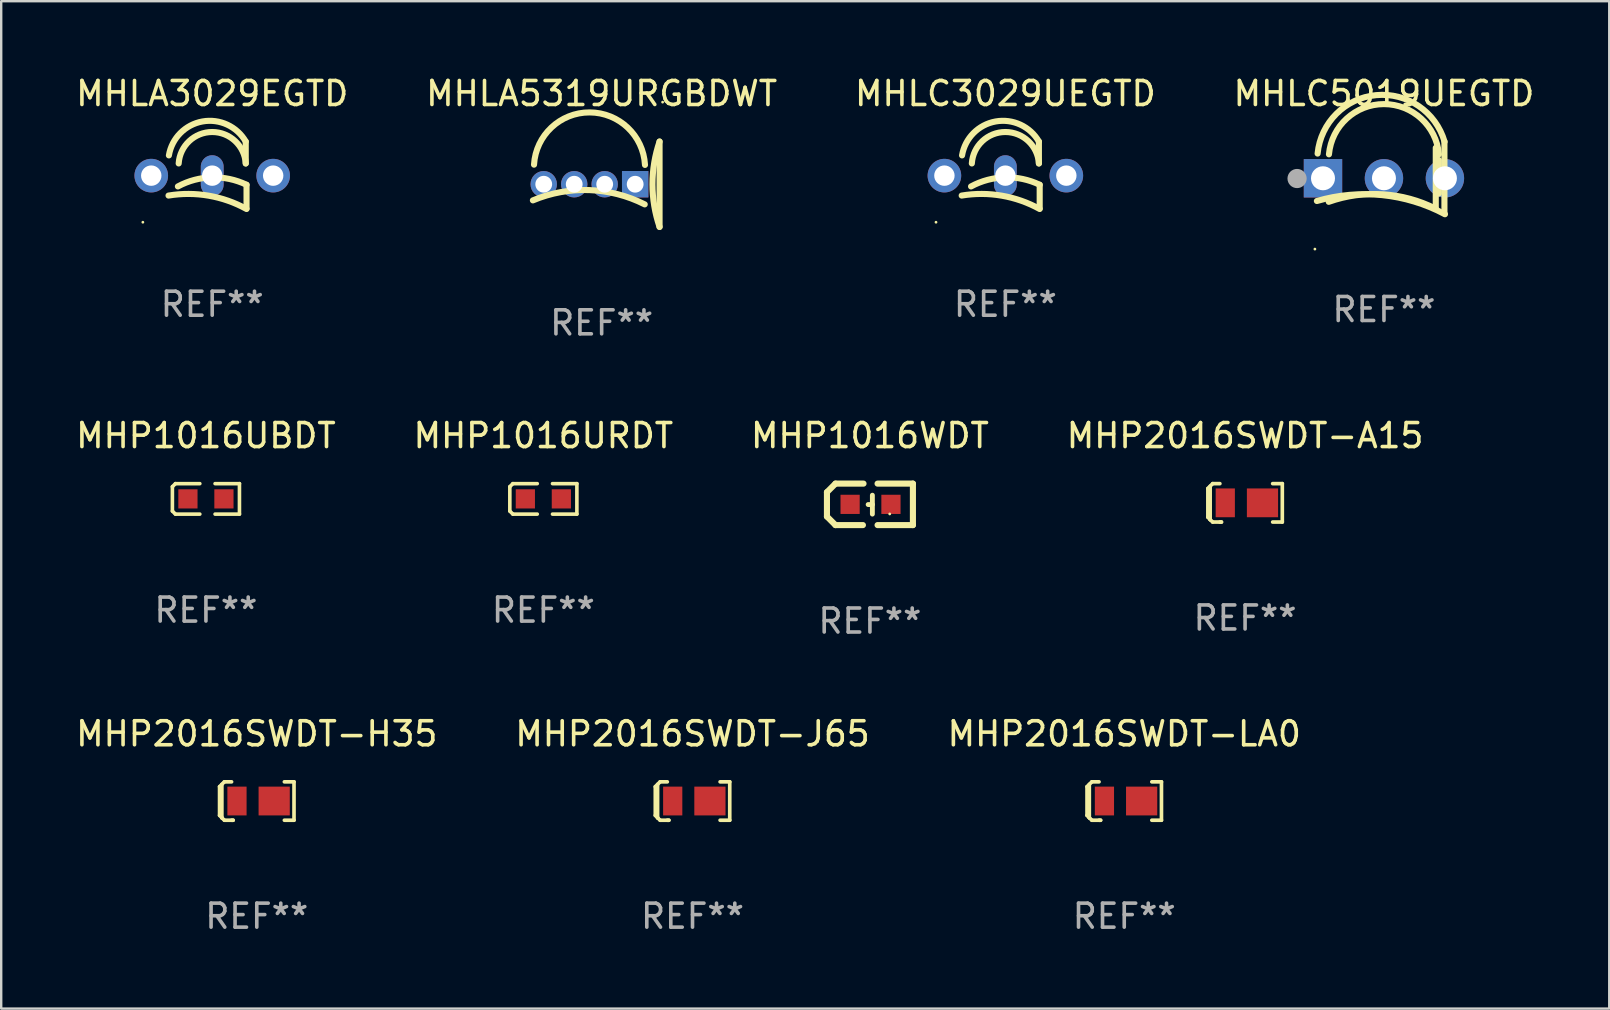
<source format=kicad_pcb>
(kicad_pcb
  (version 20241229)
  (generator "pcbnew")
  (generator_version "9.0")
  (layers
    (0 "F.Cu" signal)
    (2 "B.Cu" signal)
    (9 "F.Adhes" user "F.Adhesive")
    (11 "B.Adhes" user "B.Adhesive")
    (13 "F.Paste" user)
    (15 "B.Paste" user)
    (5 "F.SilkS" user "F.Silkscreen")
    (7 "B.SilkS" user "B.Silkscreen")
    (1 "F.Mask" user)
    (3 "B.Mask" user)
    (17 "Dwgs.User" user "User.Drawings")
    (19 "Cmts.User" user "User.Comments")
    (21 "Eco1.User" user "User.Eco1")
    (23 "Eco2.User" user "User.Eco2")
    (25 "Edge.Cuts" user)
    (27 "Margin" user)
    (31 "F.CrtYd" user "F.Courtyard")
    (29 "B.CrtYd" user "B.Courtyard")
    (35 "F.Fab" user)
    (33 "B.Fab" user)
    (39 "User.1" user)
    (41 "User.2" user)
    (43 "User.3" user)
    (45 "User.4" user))
  (footprint "MHP1016WDT"
    (layer "F.Cu")
    (at 33.196 17.964)
    (property "Reference" "MHP1016WDT" (at 0 -2.864 0) (layer "F.SilkS") (effects (font (size 1 1) (thickness 0.15))))
    (attr through_hole)
    (fp_line (start -1.791 -0.508) (end -1.435 -0.864) (stroke (width 0.254) (type solid)) (layer "F.SilkS"))
    (fp_line (start -1.791 0.508) (end -1.791 -0.508) (stroke (width 0.254) (type solid)) (layer "F.SilkS"))
    (fp_line (start -1.435 0.864) (end -1.791 0.508) (stroke (width 0.254) (type solid)) (layer "F.SilkS"))
    (fp_line (start -0.292 0.864) (end -1.435 0.864) (stroke (width 0.254) (type solid)) (layer "F.SilkS"))
    (fp_line (start -0.267 -0.864) (end -1.435 -0.864) (stroke (width 0.254) (type solid)) (layer "F.SilkS"))
    (fp_line (start 0.102 0.008) (end -0.074 0.008) (stroke (width 0.203) (type solid)) (layer "F.SilkS"))
    (fp_line (start 0.102 0.406) (end 0.102 -0.381) (stroke (width 0.203) (type solid)) (layer "F.SilkS"))
    (fp_line (start 1.791 -0.864) (end 0.318 -0.864) (stroke (width 0.254) (type solid)) (layer "F.SilkS"))
    (fp_line (start 1.791 0.864) (end 0.318 0.864) (stroke (width 0.254) (type solid)) (layer "F.SilkS"))
    (fp_line (start 1.791 0.864) (end 1.791 -0.864) (stroke (width 0.254) (type solid)) (layer "F.SilkS"))
    (fp_circle (center 0.825 0.4) (end 0.855 0.4) (stroke (width 0.06) (type solid)) (fill no) (layer "F.SilkS"))
    (fp_text user "REF**" (at 0 4.864 0) (layer "F.Fab") (effects (font (size 1 1) (thickness 0.15))))
    (pad "1" smd rect (at 0.876 0 90) (size 0.8 0.8) (layers "F.Cu" "F.Mask" "F.Paste"))
    (pad "2" smd rect (at -0.826 0 90) (size 0.8 0.8) (layers "F.Cu" "F.Mask" "F.Paste")))
  (footprint "MHLA3029EGTD"
    (layer "F.Cu")
    (at 5.792 4.238)
    (property "Reference" "MHLA3029EGTD" (at 0 -3.39 0) (layer "F.SilkS") (effects (font (size 1 1) (thickness 0.15))))
    (attr through_hole)
    (fp_line (start 1.397 -0.478) (end 1.397 -1.39) (stroke (width 0.254) (type solid)) (layer "F.SilkS"))
    (fp_line (start 1.43 0.41) (end 1.43 1.39) (stroke (width 0.254) (type solid)) (layer "F.SilkS"))
    (fp_arc (start -1.81999 0.859995) (mid -0.147702 0.865515) (end 1.429997 1.41999) (stroke (width 0.254001) (type solid)) (layer "F.SilkS"))
    (fp_arc (start -1.804597 -0.813437) (mid -0.406468 -2.227145) (end 1.397003 -1.389992) (stroke (width 0.254001) (type solid)) (layer "F.SilkS"))
    (fp_arc (start -1.429997 0.48001) (mid -0.008386 0.102367) (end 1.429998 0.410007) (stroke (width 0.254001) (type solid)) (layer "F.SilkS"))
    (fp_arc (start -1.397003 -0.478003) (mid 0 -1.788385) (end 1.397003 -0.478004) (stroke (width 0.254001) (type solid)) (layer "F.SilkS"))
    (fp_circle (center -2.89 1.971) (end -2.86 1.971) (stroke (width 0.06) (type solid)) (fill no) (layer "F.SilkS"))
    (fp_text user "REF**" (at 0 5.39 0) (layer "F.Fab") (effects (font (size 1 1) (thickness 0.15))))
    (pad "1" thru_hole circle (at -2.54 0.03) (size 1.4 1.4) (drill 0.85) (layers "*.Cu" "*.Mask"))
    (pad "2" thru_hole oval (at 0 0.03) (size 0.95 1.7) (drill oval 0.85 0.85) (layers "*.Cu" "*.Mask"))
    (pad "3" thru_hole circle (at 2.54 0.03) (size 1.4 1.4) (drill 0.85) (layers "*.Cu" "*.Mask")))
  (footprint "MHLA5319URGBDWT"
    (layer "F.Cu")
    (at 22.018 4.626)
    (property "Reference" "MHLA5319URGBDWT" (at 0 -3.778 0) (layer "F.SilkS") (effects (font (size 1 1) (thickness 0.15))))
    (attr through_hole)
    (fp_line (start 2.413 -1.778) (end 2.413 1.778) (stroke (width 0.254) (type solid)) (layer "F.SilkS"))
    (fp_arc (start -2.864389 0.67239) (mid -0.516732 0.243846) (end 1.794285 0.839116) (stroke (width 0.254001) (type solid)) (layer "F.SilkS"))
    (fp_arc (start -2.81783 -0.815849) (mid -0.500903 -2.99318) (end 1.805664 -0.804877) (stroke (width 0.254001) (type solid)) (layer "F.SilkS"))
    (fp_arc (start 2.41298 1.777978) (mid 2.117293 -0.000015) (end 2.413005 -1.778004) (stroke (width 0.254001) (type solid)) (layer "F.SilkS"))
    (fp_circle (center 2.54 -3.42) (end 2.57 -3.42) (stroke (width 0.06) (type solid)) (fill no) (layer "F.SilkS"))
    (fp_text user "REF**" (at 0 5.778 0) (layer "F.Fab") (effects (font (size 1 1) (thickness 0.15))))
    (pad "1" thru_hole rect (at 1.397 0) (size 1.1 1.1) (drill 0.7) (layers "*.Cu" "*.Mask"))
    (pad "2" thru_hole circle (at 0.127 0) (size 1.1 1.1) (drill 0.7) (layers "*.Cu" "*.Mask"))
    (pad "3" thru_hole circle (at -1.143 0) (size 1.1 1.1) (drill 0.7) (layers "*.Cu" "*.Mask"))
    (pad "4" thru_hole circle (at -2.413 0) (size 1.1 1.1) (drill 0.7) (layers "*.Cu" "*.Mask")))
  (footprint "MHP1016URDT"
    (layer "F.Cu")
    (at 19.589 17.736)
    (property "Reference" "MHP1016URDT" (at 0 -2.635 0) (layer "F.SilkS") (effects (font (size 1 1) (thickness 0.15))))
    (attr through_hole)
    (fp_line (start -1.397 -0.508) (end -1.397 0.508) (stroke (width 0.15) (type solid)) (layer "F.SilkS"))
    (fp_line (start -1.397 0.508) (end -1.27 0.635) (stroke (width 0.15) (type solid)) (layer "F.SilkS"))
    (fp_line (start -1.27 -0.635) (end -1.397 -0.508) (stroke (width 0.15) (type solid)) (layer "F.SilkS"))
    (fp_line (start -1.27 0.635) (end -0.254 0.635) (stroke (width 0.15) (type solid)) (layer "F.SilkS"))
    (fp_line (start -0.254 -0.635) (end -1.27 -0.635) (stroke (width 0.15) (type solid)) (layer "F.SilkS"))
    (fp_line (start 0.381 0.635) (end 1.397 0.635) (stroke (width 0.15) (type solid)) (layer "F.SilkS"))
    (fp_line (start 1.397 -0.635) (end 0.381 -0.635) (stroke (width 0.15) (type solid)) (layer "F.SilkS"))
    (fp_line (start 1.397 0.635) (end 1.397 -0.635) (stroke (width 0.15) (type solid)) (layer "F.SilkS"))
    (fp_text user "REF**" (at 0 4.635 0) (layer "F.Fab") (effects (font (size 1 1) (thickness 0.15))))
    (pad "1" smd rect (at 0.75 0) (size 0.8 0.8) (layers "F.Cu" "F.Mask" "F.Paste"))
    (pad "2" smd rect (at -0.75 0) (size 0.8 0.8) (layers "F.Cu" "F.Mask" "F.Paste")))
  (footprint "MHLC3029UEGTD"
    (layer "F.Cu")
    (at 38.839 4.238)
    (property "Reference" "MHLC3029UEGTD" (at 0 -3.39 0) (layer "F.SilkS") (effects (font (size 1 1) (thickness 0.15))))
    (attr through_hole)
    (fp_line (start 1.397 -0.478) (end 1.397 -1.39) (stroke (width 0.254) (type solid)) (layer "F.SilkS"))
    (fp_line (start 1.43 0.41) (end 1.43 1.39) (stroke (width 0.254) (type solid)) (layer "F.SilkS"))
    (fp_arc (start -1.81999 0.859995) (mid -0.147702 0.865515) (end 1.429997 1.41999) (stroke (width 0.254001) (type solid)) (layer "F.SilkS"))
    (fp_arc (start -1.804597 -0.813437) (mid -0.406468 -2.227145) (end 1.397003 -1.389992) (stroke (width 0.254001) (type solid)) (layer "F.SilkS"))
    (fp_arc (start -1.429997 0.48001) (mid -0.008386 0.102367) (end 1.429998 0.410007) (stroke (width 0.254001) (type solid)) (layer "F.SilkS"))
    (fp_arc (start -1.397003 -0.478003) (mid 0 -1.788385) (end 1.397003 -0.478004) (stroke (width 0.254001) (type solid)) (layer "F.SilkS"))
    (fp_circle (center -2.89 1.971) (end -2.86 1.971) (stroke (width 0.06) (type solid)) (fill no) (layer "F.SilkS"))
    (fp_text user "REF**" (at 0 5.39 0) (layer "F.Fab") (effects (font (size 1 1) (thickness 0.15))))
    (pad "1" thru_hole circle (at -2.54 0.03) (size 1.4 1.4) (drill 0.85) (layers "*.Cu" "*.Mask"))
    (pad "2" thru_hole oval (at 0 0.03) (size 0.95 1.7) (drill oval 0.85 0.85) (layers "*.Cu" "*.Mask"))
    (pad "3" thru_hole circle (at 2.54 0.03) (size 1.4 1.4) (drill 0.85) (layers "*.Cu" "*.Mask")))
  (footprint "MHP2016SWDT-A15"
    (layer "F.Cu")
    (at 48.827 17.901)
    (property "Reference" "MHP2016SWDT-A15" (at 0 -2.8 0) (layer "F.SilkS") (effects (font (size 1 1) (thickness 0.15))))
    (attr through_hole)
    (fp_line (start -1.551 -0.599) (end -1.551 0.599) (stroke (width 0.152) (type solid)) (layer "F.SilkS"))
    (fp_line (start -1.551 0.599) (end -1.452 0.701) (stroke (width 0.152) (type solid)) (layer "F.SilkS"))
    (fp_line (start -1.455 -0.695) (end -1.455 0.697) (stroke (width 0.152) (type solid)) (layer "F.SilkS"))
    (fp_line (start -1.455 0.697) (end -1.452 0.701) (stroke (width 0.152) (type solid)) (layer "F.SilkS"))
    (fp_line (start -1.452 0.701) (end -1.35 0.8) (stroke (width 0.152) (type solid)) (layer "F.SilkS"))
    (fp_line (start -1.35 -0.8) (end -1.551 -0.599) (stroke (width 0.152) (type solid)) (layer "F.SilkS"))
    (fp_line (start -1.05 0.8) (end -0.984 0.8) (stroke (width 0.152) (type solid)) (layer "F.SilkS"))
    (fp_line (start -1.05 -0.8) (end -1.35 -0.8) (stroke (width 0.152) (type solid)) (layer "F.SilkS"))
    (fp_line (start -0.984 0.8) (end -1.35 0.8) (stroke (width 0.152) (type solid)) (layer "F.SilkS"))
    (fp_line (start 1.149 -0.8) (end 1.551 -0.8) (stroke (width 0.152) (type solid)) (layer "F.SilkS"))
    (fp_line (start 1.551 -0.8) (end 1.551 0.8) (stroke (width 0.152) (type solid)) (layer "F.SilkS"))
    (fp_line (start 1.551 0.8) (end 1.149 0.8) (stroke (width 0.152) (type solid)) (layer "F.SilkS"))
    (fp_circle (center -1.025 0.8) (end -0.995 0.8) (stroke (width 0.06) (type solid)) (fill no) (layer "F.SilkS"))
    (fp_text user "REF**" (at 0 4.8 0) (layer "F.Fab") (effects (font (size 1 1) (thickness 0.15))))
    (pad "1" smd rect (at -0.825 0) (size 0.8 1.2) (layers "F.Cu" "F.Mask" "F.Paste"))
    (pad "2" smd rect (at 0.725 0) (size 1.3 1.2) (layers "F.Cu" "F.Mask" "F.Paste")))
  (footprint "MHP2016SWDT-LA0"
    (layer "F.Cu")
    (at 43.792 30.325)
    (property "Reference" "MHP2016SWDT-LA0" (at 0 -2.8 0) (layer "F.SilkS") (effects (font (size 1 1) (thickness 0.15))))
    (attr through_hole)
    (fp_line (start -1.551 -0.599) (end -1.551 0.599) (stroke (width 0.152) (type solid)) (layer "F.SilkS"))
    (fp_line (start -1.551 0.599) (end -1.452 0.701) (stroke (width 0.152) (type solid)) (layer "F.SilkS"))
    (fp_line (start -1.455 -0.695) (end -1.455 0.697) (stroke (width 0.152) (type solid)) (layer "F.SilkS"))
    (fp_line (start -1.455 0.697) (end -1.452 0.701) (stroke (width 0.152) (type solid)) (layer "F.SilkS"))
    (fp_line (start -1.452 0.701) (end -1.35 0.8) (stroke (width 0.152) (type solid)) (layer "F.SilkS"))
    (fp_line (start -1.35 -0.8) (end -1.551 -0.599) (stroke (width 0.152) (type solid)) (layer "F.SilkS"))
    (fp_line (start -1.05 0.8) (end -0.984 0.8) (stroke (width 0.152) (type solid)) (layer "F.SilkS"))
    (fp_line (start -1.05 -0.8) (end -1.35 -0.8) (stroke (width 0.152) (type solid)) (layer "F.SilkS"))
    (fp_line (start -0.984 0.8) (end -1.35 0.8) (stroke (width 0.152) (type solid)) (layer "F.SilkS"))
    (fp_line (start 1.149 -0.8) (end 1.551 -0.8) (stroke (width 0.152) (type solid)) (layer "F.SilkS"))
    (fp_line (start 1.551 -0.8) (end 1.551 0.8) (stroke (width 0.152) (type solid)) (layer "F.SilkS"))
    (fp_line (start 1.551 0.8) (end 1.149 0.8) (stroke (width 0.152) (type solid)) (layer "F.SilkS"))
    (fp_circle (center -1.025 0.8) (end -0.995 0.8) (stroke (width 0.06) (type solid)) (fill no) (layer "F.SilkS"))
    (fp_text user "REF**" (at 0 4.8 0) (layer "F.Fab") (effects (font (size 1 1) (thickness 0.15))))
    (pad "1" smd rect (at -0.825 0) (size 0.8 1.2) (layers "F.Cu" "F.Mask" "F.Paste"))
    (pad "2" smd rect (at 0.725 0) (size 1.3 1.2) (layers "F.Cu" "F.Mask" "F.Paste")))
  (footprint "MHP1016UBDT"
    (layer "F.Cu")
    (at 5.53 17.736)
    (property "Reference" "MHP1016UBDT" (at 0 -2.635 0) (layer "F.SilkS") (effects (font (size 1 1) (thickness 0.15))))
    (attr through_hole)
    (fp_line (start -1.397 -0.508) (end -1.397 0.508) (stroke (width 0.15) (type solid)) (layer "F.SilkS"))
    (fp_line (start -1.397 0.508) (end -1.27 0.635) (stroke (width 0.15) (type solid)) (layer "F.SilkS"))
    (fp_line (start -1.27 -0.635) (end -1.397 -0.508) (stroke (width 0.15) (type solid)) (layer "F.SilkS"))
    (fp_line (start -1.27 0.635) (end -0.254 0.635) (stroke (width 0.15) (type solid)) (layer "F.SilkS"))
    (fp_line (start -0.254 -0.635) (end -1.27 -0.635) (stroke (width 0.15) (type solid)) (layer "F.SilkS"))
    (fp_line (start 0.381 0.635) (end 1.397 0.635) (stroke (width 0.15) (type solid)) (layer "F.SilkS"))
    (fp_line (start 1.397 -0.635) (end 0.381 -0.635) (stroke (width 0.15) (type solid)) (layer "F.SilkS"))
    (fp_line (start 1.397 0.635) (end 1.397 -0.635) (stroke (width 0.15) (type solid)) (layer "F.SilkS"))
    (fp_text user "REF**" (at 0 4.635 0) (layer "F.Fab") (effects (font (size 1 1) (thickness 0.15))))
    (pad "1" smd rect (at 0.75 0) (size 0.8 0.8) (layers "F.Cu" "F.Mask" "F.Paste"))
    (pad "2" smd rect (at -0.75 0) (size 0.8 0.8) (layers "F.Cu" "F.Mask" "F.Paste")))
  (footprint "MHP2016SWDT-H35"
    (layer "F.Cu")
    (at 7.649 30.325)
    (property "Reference" "MHP2016SWDT-H35" (at 0 -2.8 0) (layer "F.SilkS") (effects (font (size 1 1) (thickness 0.15))))
    (attr through_hole)
    (fp_line (start -1.551 -0.599) (end -1.551 0.599) (stroke (width 0.152) (type solid)) (layer "F.SilkS"))
    (fp_line (start -1.551 0.599) (end -1.452 0.701) (stroke (width 0.152) (type solid)) (layer "F.SilkS"))
    (fp_line (start -1.455 -0.695) (end -1.455 0.697) (stroke (width 0.152) (type solid)) (layer "F.SilkS"))
    (fp_line (start -1.455 0.697) (end -1.452 0.701) (stroke (width 0.152) (type solid)) (layer "F.SilkS"))
    (fp_line (start -1.452 0.701) (end -1.35 0.8) (stroke (width 0.152) (type solid)) (layer "F.SilkS"))
    (fp_line (start -1.35 -0.8) (end -1.551 -0.599) (stroke (width 0.152) (type solid)) (layer "F.SilkS"))
    (fp_line (start -1.05 0.8) (end -0.984 0.8) (stroke (width 0.152) (type solid)) (layer "F.SilkS"))
    (fp_line (start -1.05 -0.8) (end -1.35 -0.8) (stroke (width 0.152) (type solid)) (layer "F.SilkS"))
    (fp_line (start -0.984 0.8) (end -1.35 0.8) (stroke (width 0.152) (type solid)) (layer "F.SilkS"))
    (fp_line (start 1.149 -0.8) (end 1.551 -0.8) (stroke (width 0.152) (type solid)) (layer "F.SilkS"))
    (fp_line (start 1.551 -0.8) (end 1.551 0.8) (stroke (width 0.152) (type solid)) (layer "F.SilkS"))
    (fp_line (start 1.551 0.8) (end 1.149 0.8) (stroke (width 0.152) (type solid)) (layer "F.SilkS"))
    (fp_circle (center -1.025 0.8) (end -0.995 0.8) (stroke (width 0.06) (type solid)) (fill no) (layer "F.SilkS"))
    (fp_text user "REF**" (at 0 4.8 0) (layer "F.Fab") (effects (font (size 1 1) (thickness 0.15))))
    (pad "1" smd rect (at -0.825 0) (size 0.8 1.2) (layers "F.Cu" "F.Mask" "F.Paste"))
    (pad "2" smd rect (at 0.725 0) (size 1.3 1.2) (layers "F.Cu" "F.Mask" "F.Paste")))
  (footprint "MHP2016SWDT-J65"
    (layer "F.Cu")
    (at 25.804 30.325)
    (property "Reference" "MHP2016SWDT-J65" (at 0 -2.8 0) (layer "F.SilkS") (effects (font (size 1 1) (thickness 0.15))))
    (attr through_hole)
    (fp_line (start -1.551 -0.599) (end -1.551 0.599) (stroke (width 0.152) (type solid)) (layer "F.SilkS"))
    (fp_line (start -1.551 0.599) (end -1.452 0.701) (stroke (width 0.152) (type solid)) (layer "F.SilkS"))
    (fp_line (start -1.455 -0.695) (end -1.455 0.697) (stroke (width 0.152) (type solid)) (layer "F.SilkS"))
    (fp_line (start -1.455 0.697) (end -1.452 0.701) (stroke (width 0.152) (type solid)) (layer "F.SilkS"))
    (fp_line (start -1.452 0.701) (end -1.35 0.8) (stroke (width 0.152) (type solid)) (layer "F.SilkS"))
    (fp_line (start -1.35 -0.8) (end -1.551 -0.599) (stroke (width 0.152) (type solid)) (layer "F.SilkS"))
    (fp_line (start -1.05 0.8) (end -0.984 0.8) (stroke (width 0.152) (type solid)) (layer "F.SilkS"))
    (fp_line (start -1.05 -0.8) (end -1.35 -0.8) (stroke (width 0.152) (type solid)) (layer "F.SilkS"))
    (fp_line (start -0.984 0.8) (end -1.35 0.8) (stroke (width 0.152) (type solid)) (layer "F.SilkS"))
    (fp_line (start 1.149 -0.8) (end 1.551 -0.8) (stroke (width 0.152) (type solid)) (layer "F.SilkS"))
    (fp_line (start 1.551 -0.8) (end 1.551 0.8) (stroke (width 0.152) (type solid)) (layer "F.SilkS"))
    (fp_line (start 1.551 0.8) (end 1.149 0.8) (stroke (width 0.152) (type solid)) (layer "F.SilkS"))
    (fp_circle (center -1.025 0.8) (end -0.995 0.8) (stroke (width 0.06) (type solid)) (fill no) (layer "F.SilkS"))
    (fp_text user "REF**" (at 0 4.8 0) (layer "F.Fab") (effects (font (size 1 1) (thickness 0.15))))
    (pad "1" smd rect (at -0.825 0) (size 0.8 1.2) (layers "F.Cu" "F.Mask" "F.Paste"))
    (pad "2" smd rect (at 0.725 0) (size 1.3 1.2) (layers "F.Cu" "F.Mask" "F.Paste")))
  (footprint "MHLC5019UEGTD"
    (layer "F.Cu")
    (at 54.613 4.348)
    (property "Reference" "MHLC5019UEGTD" (at 0 -3.5 0) (layer "F.SilkS") (effects (font (size 1 1) (thickness 0.15))))
    (attr through_hole)
    (fp_line (start 2.159 -1.24) (end 2.159 1.3) (stroke (width 0.254) (type solid)) (layer "F.SilkS"))
    (fp_line (start 2.286 -0.732) (end 2.286 0.665) (stroke (width 0.254) (type solid)) (layer "F.SilkS"))
    (fp_line (start 2.52 -1.5) (end 2.52 1.5) (stroke (width 0.254) (type solid)) (layer "F.SilkS"))
    (fp_arc (start -2.79431 0.976848) (mid -0.072475 0.731584) (end 2.541758 1.52803) (stroke (width 0.254001) (type solid)) (layer "F.SilkS"))
    (fp_arc (start -2.764008 -0.999758) (mid -0.323263 -3.434716) (end 2.525806 -1.493307) (stroke (width 0.254001) (type solid)) (layer "F.SilkS"))
    (fp_arc (start -2.300305 1.010706) (mid -0.043043 0.697773) (end 2.155372 1.297879) (stroke (width 0.254001) (type solid)) (layer "F.SilkS"))
    (fp_arc (start -2.291543 -0.968465) (mid -0.000907 -3.060942) (end 2.290958 -0.969812) (stroke (width 0.254001) (type solid)) (layer "F.SilkS"))
    (fp_circle (center -2.877 2.98) (end -2.847 2.98) (stroke (width 0.06) (type solid)) (fill no) (layer "F.SilkS"))
    (fp_circle (center -3.62 0.04) (end -3.42 0.04) (stroke (width 0.4) (type solid)) (fill no) (layer "F.Fab"))
    (fp_text user "REF**" (at 0 5.5 0) (layer "F.Fab") (effects (font (size 1 1) (thickness 0.15))))
    (pad "1" thru_hole rect (at -2.54 0.03) (size 1.6 1.6) (drill 1) (layers "*.Cu" "*.Mask"))
    (pad "2" thru_hole circle (at 0 0.03) (size 1.6 1.6) (drill 1) (layers "*.Cu" "*.Mask"))
    (pad "3" thru_hole circle (at 2.54 0.03) (size 1.6 1.6) (drill 1) (layers "*.Cu" "*.Mask")))
  (gr_rect
    (start -3 -3)
    (end 64 38.973)
    (stroke (width 0.1) (type default))
    (fill no)
    (layer "Edge.Cuts")))
</source>
